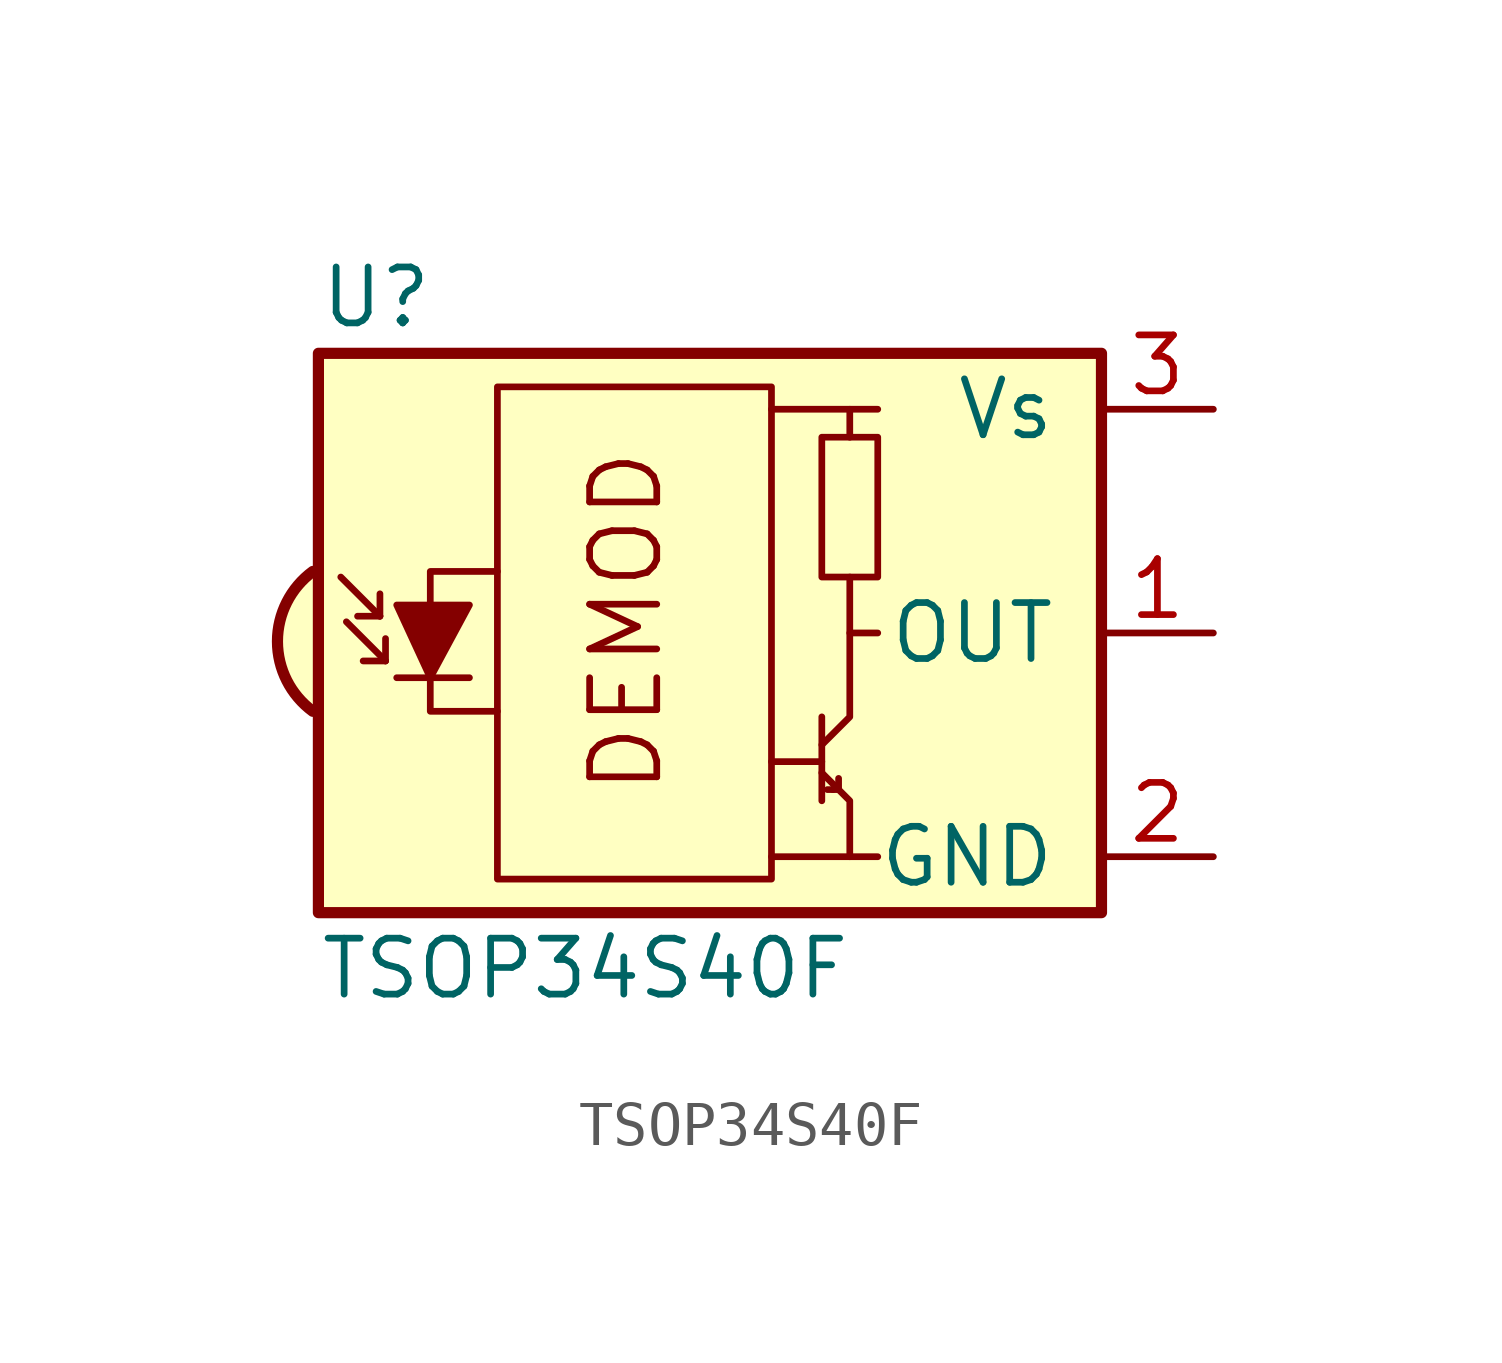
<source format=kicad_sym>
(kicad_symbol_lib
  (version 20211014)
  (generator kicad_symbol_editor)
  (symbol "TSOP34S40F"
    (pin_names
      (offset 1.016))
    (property "Reference" "U"
      (at -10.16 7.62 0)
      (effects (font (size 1.27 1.27)) (justify left)))
    (property "Value" "TSOP34S40F"
      (at -10.16 -7.62 0)
      (effects (font (size 1.27 1.27)) (justify left)))
    (symbol "TSOP34S40F_0_0"
      (arc (start -10.287 1.397) (mid -11.0899 -0.1852) (end -10.287 -1.778) (stroke (width 0.254) (type default) (color 0 0 0 0)) (fill (type background)))
      (polyline (pts (xy 1.905 -5.08) (xy 0.127 -5.08)) (stroke (width 0) (type default) (color 0 0 0 0)) (fill (type none)))
      (polyline (pts (xy 1.905 5.08) (xy 0.127 5.08)) (stroke (width 0) (type default) (color 0 0 0 0)) (fill (type none)))
      (text "DEMOD" (at -3.175 0.254 900) (effects (font (size 1.524 1.524)))))
    (symbol "TSOP34S40F_0_1"
      (rectangle (start -6.096 5.588) (end 0.127 -5.588) (stroke (width 0) (type default) (color 0 0 0 0)) (fill (type none)))
      (polyline (pts (xy -8.763 0.381) (xy -9.652 1.27)) (stroke (width 0) (type default) (color 0 0 0 0)) (fill (type none)))
      (polyline (pts (xy -8.763 0.381) (xy -9.271 0.381)) (stroke (width 0) (type default) (color 0 0 0 0)) (fill (type none)))
      (polyline (pts (xy -8.763 0.381) (xy -8.763 0.889)) (stroke (width 0) (type default) (color 0 0 0 0)) (fill (type none)))
      (polyline (pts (xy -8.636 -0.635) (xy -9.525 0.254)) (stroke (width 0) (type default) (color 0 0 0 0)) (fill (type none)))
      (polyline (pts (xy -8.636 -0.635) (xy -9.144 -0.635)) (stroke (width 0) (type default) (color 0 0 0 0)) (fill (type none)))
      (polyline (pts (xy -8.636 -0.635) (xy -8.636 -0.127)) (stroke (width 0) (type default) (color 0 0 0 0)) (fill (type none)))
      (polyline (pts (xy -8.382 -1.016) (xy -6.731 -1.016)) (stroke (width 0) (type default) (color 0 0 0 0)) (fill (type none)))
      (polyline (pts (xy 1.27 -2.921) (xy 0.127 -2.921)) (stroke (width 0) (type default) (color 0 0 0 0)) (fill (type none)))
      (polyline (pts (xy 1.27 -1.905) (xy 1.27 -3.81)) (stroke (width 0) (type default) (color 0 0 0 0)) (fill (type none)))
      (polyline (pts (xy 1.397 -3.556) (xy 1.524 -3.556)) (stroke (width 0) (type default) (color 0 0 0 0)) (fill (type none)))
      (polyline (pts (xy 1.651 -3.556) (xy 1.524 -3.556)) (stroke (width 0) (type default) (color 0 0 0 0)) (fill (type none)))
      (polyline (pts (xy 1.651 -3.556) (xy 1.651 -3.302)) (stroke (width 0) (type default) (color 0 0 0 0)) (fill (type none)))
      (polyline (pts (xy 1.905 0) (xy 1.905 1.27)) (stroke (width 0) (type default) (color 0 0 0 0)) (fill (type none)))
      (polyline (pts (xy 1.905 4.445) (xy 1.905 5.08) (xy 2.54 5.08)) (stroke (width 0) (type default) (color 0 0 0 0)) (fill (type none)))
      (polyline (pts (xy -8.382 0.635) (xy -6.731 0.635) (xy -7.62 -1.016) (xy -8.382 0.635)) (stroke (width 0) (type default) (color 0 0 0 0)) (fill (type outline)))
      (polyline (pts (xy -6.096 1.397) (xy -7.62 1.397) (xy -7.62 -1.778) (xy -6.096 -1.778)) (stroke (width 0) (type default) (color 0 0 0 0)) (fill (type none)))
      (polyline (pts (xy 1.27 -3.175) (xy 1.905 -3.81) (xy 1.905 -5.08) (xy 2.54 -5.08)) (stroke (width 0) (type default) (color 0 0 0 0)) (fill (type none)))
      (polyline (pts (xy 1.27 -2.54) (xy 1.905 -1.905) (xy 1.905 0) (xy 2.54 0)) (stroke (width 0) (type default) (color 0 0 0 0)) (fill (type none)))
      (rectangle (start 2.54 1.27) (end 1.27 4.445) (stroke (width 0) (type default) (color 0 0 0 0)) (fill (type none)))
      (rectangle (start 7.62 6.35) (end -10.16 -6.35) (stroke (width 0.254) (type default) (color 0 0 0 0)) (fill (type background))))
    (symbol "TSOP34S40F_1_1"
      (pin output line (at 10.16 0 180) (length 2.54) (name "OUT" (effects (font (size 1.27 1.27)))) (number "1" (effects (font (size 1.27 1.27)))))
      (pin power_in line (at 10.16 -5.08 180) (length 2.54) (name "GND" (effects (font (size 1.27 1.27)))) (number "2" (effects (font (size 1.27 1.27)))))
      (pin power_in line (at 10.16 5.08 180) (length 2.54) (name "Vs" (effects (font (size 1.27 1.27)))) (number "3" (effects (font (size 1.27 1.27))))))))
</source>
